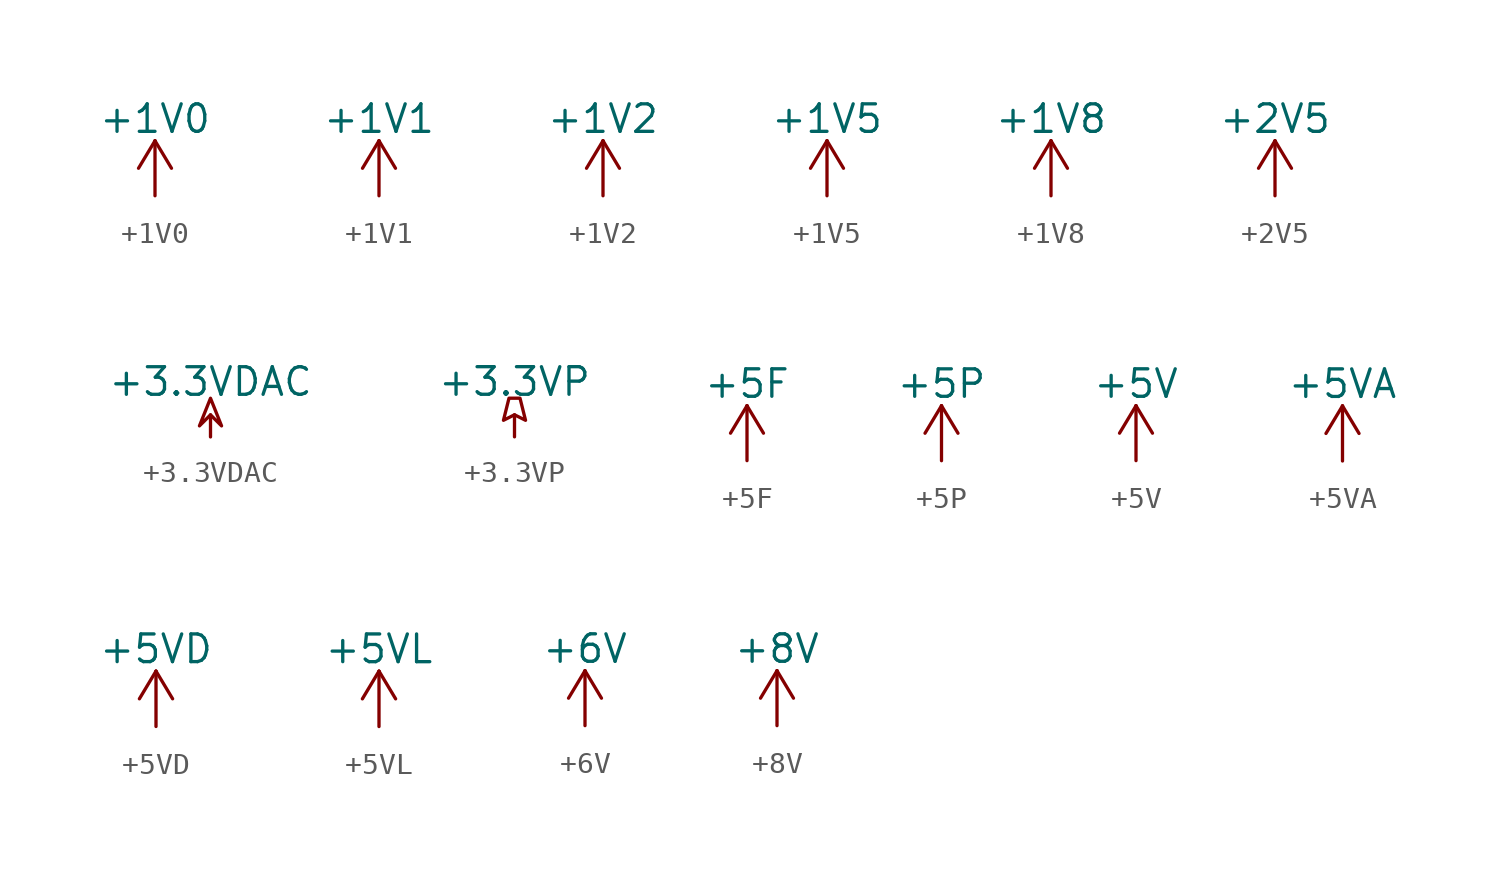
<source format=kicad_sym>
(kicad_symbol_lib
  (version 20211014)
  (generator kicad_symbol_editor)
  (symbol "+1V0"
    (power)
    (pin_names
      (offset 0))
    (property "Reference" "#PWR"
      (at 0 -3.81 0)
      (effects (font (size 1.27 1.27)) hide))
    (property "Value" "+1V0"
      (at 0 3.556 0)
      (effects (font (size 1.27 1.27))))
    (property "Footprint" ""
      (at 0 0 0)
      (effects (font (size 1.27 1.27))))
    (property "Datasheet" ""
      (at 0 0 0)
      (effects (font (size 1.27 1.27))))
    (symbol "+1V0_0_1"
      (polyline (pts (xy -0.762 1.27) (xy 0 2.54)) (stroke (width 0) (type default) (color 0 0 0 0)) (fill (type none)))
      (polyline (pts (xy 0 0) (xy 0 2.54)) (stroke (width 0) (type default) (color 0 0 0 0)) (fill (type none)))
      (polyline (pts (xy 0 2.54) (xy 0.762 1.27)) (stroke (width 0) (type default) (color 0 0 0 0)) (fill (type none))))
    (symbol "+1V0_1_1"
      (pin power_in line (at 0 0 90) (length 0) hide (name "+1V0" (effects (font (size 1.27 1.27)))) (number "1" (effects (font (size 1.27 1.27)))))))
  (symbol "+1V1"
    (power)
    (pin_names
      (offset 0))
    (property "Reference" "#PWR"
      (at 0 -3.81 0)
      (effects (font (size 1.27 1.27)) hide))
    (property "Value" "+1V1"
      (at 0 3.556 0)
      (effects (font (size 1.27 1.27))))
    (property "Footprint" ""
      (at 0 0 0)
      (effects (font (size 1.27 1.27))))
    (property "Datasheet" ""
      (at 0 0 0)
      (effects (font (size 1.27 1.27))))
    (symbol "+1V1_0_1"
      (polyline (pts (xy -0.762 1.27) (xy 0 2.54)) (stroke (width 0) (type default) (color 0 0 0 0)) (fill (type none)))
      (polyline (pts (xy 0 0) (xy 0 2.54)) (stroke (width 0) (type default) (color 0 0 0 0)) (fill (type none)))
      (polyline (pts (xy 0 2.54) (xy 0.762 1.27)) (stroke (width 0) (type default) (color 0 0 0 0)) (fill (type none))))
    (symbol "+1V1_1_1"
      (pin power_in line (at 0 0 90) (length 0) hide (name "+1V1" (effects (font (size 1.27 1.27)))) (number "1" (effects (font (size 1.27 1.27)))))))
  (symbol "+1V2"
    (power)
    (pin_names
      (offset 0))
    (property "Reference" "#PWR"
      (at 0 -3.81 0)
      (effects (font (size 1.27 1.27)) hide))
    (property "Value" "+1V2"
      (at 0 3.556 0)
      (effects (font (size 1.27 1.27))))
    (property "Footprint" ""
      (at 0 0 0)
      (effects (font (size 1.27 1.27))))
    (property "Datasheet" ""
      (at 0 0 0)
      (effects (font (size 1.27 1.27))))
    (symbol "+1V2_0_1"
      (polyline (pts (xy -0.762 1.27) (xy 0 2.54)) (stroke (width 0) (type default) (color 0 0 0 0)) (fill (type none)))
      (polyline (pts (xy 0 0) (xy 0 2.54)) (stroke (width 0) (type default) (color 0 0 0 0)) (fill (type none)))
      (polyline (pts (xy 0 2.54) (xy 0.762 1.27)) (stroke (width 0) (type default) (color 0 0 0 0)) (fill (type none))))
    (symbol "+1V2_1_1"
      (pin power_in line (at 0 0 90) (length 0) hide (name "+1V2" (effects (font (size 1.27 1.27)))) (number "1" (effects (font (size 1.27 1.27)))))))
  (symbol "+1V5"
    (power)
    (pin_names
      (offset 0))
    (property "Reference" "#PWR"
      (at 0 -3.81 0)
      (effects (font (size 1.27 1.27)) hide))
    (property "Value" "+1V5"
      (at 0 3.556 0)
      (effects (font (size 1.27 1.27))))
    (property "Footprint" ""
      (at 0 0 0)
      (effects (font (size 1.27 1.27))))
    (property "Datasheet" ""
      (at 0 0 0)
      (effects (font (size 1.27 1.27))))
    (symbol "+1V5_0_1"
      (polyline (pts (xy -0.762 1.27) (xy 0 2.54)) (stroke (width 0) (type default) (color 0 0 0 0)) (fill (type none)))
      (polyline (pts (xy 0 0) (xy 0 2.54)) (stroke (width 0) (type default) (color 0 0 0 0)) (fill (type none)))
      (polyline (pts (xy 0 2.54) (xy 0.762 1.27)) (stroke (width 0) (type default) (color 0 0 0 0)) (fill (type none))))
    (symbol "+1V5_1_1"
      (pin power_in line (at 0 0 90) (length 0) hide (name "+1V5" (effects (font (size 1.27 1.27)))) (number "1" (effects (font (size 1.27 1.27)))))))
  (symbol "+1V8"
    (power)
    (pin_names
      (offset 0))
    (property "Reference" "#PWR"
      (at 0 -3.81 0)
      (effects (font (size 1.27 1.27)) hide))
    (property "Value" "+1V8"
      (at 0 3.556 0)
      (effects (font (size 1.27 1.27))))
    (property "Footprint" ""
      (at 0 0 0)
      (effects (font (size 1.27 1.27))))
    (property "Datasheet" ""
      (at 0 0 0)
      (effects (font (size 1.27 1.27))))
    (symbol "+1V8_0_1"
      (polyline (pts (xy -0.762 1.27) (xy 0 2.54)) (stroke (width 0) (type default) (color 0 0 0 0)) (fill (type none)))
      (polyline (pts (xy 0 0) (xy 0 2.54)) (stroke (width 0) (type default) (color 0 0 0 0)) (fill (type none)))
      (polyline (pts (xy 0 2.54) (xy 0.762 1.27)) (stroke (width 0) (type default) (color 0 0 0 0)) (fill (type none))))
    (symbol "+1V8_1_1"
      (pin power_in line (at 0 0 90) (length 0) hide (name "+1V8" (effects (font (size 1.27 1.27)))) (number "1" (effects (font (size 1.27 1.27)))))))
  (symbol "+2V5"
    (power)
    (pin_names
      (offset 0))
    (property "Reference" "#PWR"
      (at 0 -3.81 0)
      (effects (font (size 1.27 1.27)) hide))
    (property "Value" "+2V5"
      (at 0 3.556 0)
      (effects (font (size 1.27 1.27))))
    (property "Footprint" ""
      (at 0 0 0)
      (effects (font (size 1.27 1.27))))
    (property "Datasheet" ""
      (at 0 0 0)
      (effects (font (size 1.27 1.27))))
    (symbol "+2V5_0_1"
      (polyline (pts (xy -0.762 1.27) (xy 0 2.54)) (stroke (width 0) (type default) (color 0 0 0 0)) (fill (type none)))
      (polyline (pts (xy 0 0) (xy 0 2.54)) (stroke (width 0) (type default) (color 0 0 0 0)) (fill (type none)))
      (polyline (pts (xy 0 2.54) (xy 0.762 1.27)) (stroke (width 0) (type default) (color 0 0 0 0)) (fill (type none))))
    (symbol "+2V5_1_1"
      (pin power_in line (at 0 0 90) (length 0) hide (name "+2V5" (effects (font (size 1.27 1.27)))) (number "1" (effects (font (size 1.27 1.27)))))))
  (symbol "+3.3VDAC"
    (power)
    (pin_names
      (offset 0))
    (property "Reference" "#PWR"
      (at 3.81 -1.27 0)
      (effects (font (size 1.27 1.27)) hide))
    (property "Value" "+3.3VDAC"
      (at 0 2.54 0)
      (effects (font (size 1.27 1.27))))
    (property "Footprint" ""
      (at 0 0 0)
      (effects (font (size 1.27 1.27))))
    (property "Datasheet" ""
      (at 0 0 0)
      (effects (font (size 1.27 1.27))))
    (symbol "+3.3VDAC_0_0"
      (pin power_in line (at 0 0 90) (length 0) hide (name "+3.3VDAC" (effects (font (size 1.27 1.27)))) (number "1" (effects (font (size 1.27 1.27))))))
    (symbol "+3.3VDAC_0_1"
      (polyline (pts (xy 0 0) (xy 0 1.016) (xy 0 1.016)) (stroke (width 0) (type default) (color 0 0 0 0)) (fill (type none)))
      (polyline (pts (xy 0 1.016) (xy 0.508 0.508) (xy 0 1.778) (xy -0.508 0.508) (xy 0 1.016) (xy 0 1.016)) (stroke (width 0) (type default) (color 0 0 0 0)) (fill (type none)))))
  (symbol "+3.3VP"
    (power)
    (pin_names
      (offset 0))
    (property "Reference" "#PWR"
      (at 3.81 -1.27 0)
      (effects (font (size 1.27 1.27)) hide))
    (property "Value" "+3.3VP"
      (at 0 2.54 0)
      (effects (font (size 1.27 1.27))))
    (property "Footprint" ""
      (at 0 0 0)
      (effects (font (size 1.27 1.27))))
    (property "Datasheet" ""
      (at 0 0 0)
      (effects (font (size 1.27 1.27))))
    (symbol "+3.3VP_0_0"
      (pin power_in line (at 0 0 90) (length 0) hide (name "+3.3VP" (effects (font (size 1.27 1.27)))) (number "1" (effects (font (size 1.27 1.27))))))
    (symbol "+3.3VP_0_1"
      (polyline (pts (xy 0 0) (xy 0 1.016) (xy 0 1.016)) (stroke (width 0) (type default) (color 0 0 0 0)) (fill (type none)))
      (polyline (pts (xy 0.508 0.762) (xy 0 1.016) (xy -0.508 0.762) (xy -0.254 1.778) (xy 0.254 1.778) (xy 0.508 0.762) (xy 0.508 0.762)) (stroke (width 0) (type default) (color 0 0 0 0)) (fill (type none)))))
  (symbol "+5F"
    (power)
    (pin_names
      (offset 0))
    (property "Reference" "#PWR"
      (at 0 -3.81 0)
      (effects (font (size 1.27 1.27)) hide))
    (property "Value" "+5F"
      (at 0 3.556 0)
      (effects (font (size 1.27 1.27))))
    (property "Footprint" ""
      (at 0 0 0)
      (effects (font (size 1.27 1.27))))
    (property "Datasheet" ""
      (at 0 0 0)
      (effects (font (size 1.27 1.27))))
    (symbol "+5F_0_1"
      (polyline (pts (xy -0.762 1.27) (xy 0 2.54)) (stroke (width 0) (type default) (color 0 0 0 0)) (fill (type none)))
      (polyline (pts (xy 0 0) (xy 0 2.54)) (stroke (width 0) (type default) (color 0 0 0 0)) (fill (type none)))
      (polyline (pts (xy 0 2.54) (xy 0.762 1.27)) (stroke (width 0) (type default) (color 0 0 0 0)) (fill (type none))))
    (symbol "+5F_1_1"
      (pin power_in line (at 0 0 90) (length 0) hide (name "+5F" (effects (font (size 1.27 1.27)))) (number "1" (effects (font (size 1.27 1.27)))))))
  (symbol "+5P"
    (power)
    (pin_names
      (offset 0))
    (property "Reference" "#PWR"
      (at 0 -3.81 0)
      (effects (font (size 1.27 1.27)) hide))
    (property "Value" "+5P"
      (at 0 3.556 0)
      (effects (font (size 1.27 1.27))))
    (property "Footprint" ""
      (at 0 0 0)
      (effects (font (size 1.27 1.27))))
    (property "Datasheet" ""
      (at 0 0 0)
      (effects (font (size 1.27 1.27))))
    (symbol "+5P_0_1"
      (polyline (pts (xy -0.762 1.27) (xy 0 2.54)) (stroke (width 0) (type default) (color 0 0 0 0)) (fill (type none)))
      (polyline (pts (xy 0 0) (xy 0 2.54)) (stroke (width 0) (type default) (color 0 0 0 0)) (fill (type none)))
      (polyline (pts (xy 0 2.54) (xy 0.762 1.27)) (stroke (width 0) (type default) (color 0 0 0 0)) (fill (type none))))
    (symbol "+5P_1_1"
      (pin power_in line (at 0 0 90) (length 0) hide (name "+5P" (effects (font (size 1.27 1.27)))) (number "1" (effects (font (size 1.27 1.27)))))))
  (symbol "+5V"
    (power)
    (pin_names
      (offset 0))
    (property "Reference" "#PWR"
      (at 0 -3.81 0)
      (effects (font (size 1.27 1.27)) hide))
    (property "Value" "+5V"
      (at 0 3.556 0)
      (effects (font (size 1.27 1.27))))
    (property "Footprint" ""
      (at 0 0 0)
      (effects (font (size 1.27 1.27))))
    (property "Datasheet" ""
      (at 0 0 0)
      (effects (font (size 1.27 1.27))))
    (symbol "+5V_0_1"
      (polyline (pts (xy -0.762 1.27) (xy 0 2.54)) (stroke (width 0) (type default) (color 0 0 0 0)) (fill (type none)))
      (polyline (pts (xy 0 0) (xy 0 2.54)) (stroke (width 0) (type default) (color 0 0 0 0)) (fill (type none)))
      (polyline (pts (xy 0 2.54) (xy 0.762 1.27)) (stroke (width 0) (type default) (color 0 0 0 0)) (fill (type none))))
    (symbol "+5V_1_1"
      (pin power_in line (at 0 0 90) (length 0) hide (name "+5V" (effects (font (size 1.27 1.27)))) (number "1" (effects (font (size 1.27 1.27)))))))
  (symbol "+5VA"
    (power)
    (pin_names
      (offset 0))
    (property "Reference" "#PWR"
      (at 0 -3.81 0)
      (effects (font (size 1.27 1.27)) hide))
    (property "Value" "+5VA"
      (at 0 3.556 0)
      (effects (font (size 1.27 1.27))))
    (property "Footprint" ""
      (at 0 0 0)
      (effects (font (size 1.27 1.27))))
    (property "Datasheet" ""
      (at 0 0 0)
      (effects (font (size 1.27 1.27))))
    (symbol "+5VA_0_1"
      (polyline (pts (xy -0.762 1.27) (xy 0 2.54)) (stroke (width 0) (type default) (color 0 0 0 0)) (fill (type none)))
      (polyline (pts (xy 0 0) (xy 0 2.54)) (stroke (width 0) (type default) (color 0 0 0 0)) (fill (type none)))
      (polyline (pts (xy 0 2.54) (xy 0.762 1.27)) (stroke (width 0) (type default) (color 0 0 0 0)) (fill (type none))))
    (symbol "+5VA_1_1"
      (pin power_in line (at 0 0 90) (length 0) hide (name "+5VA" (effects (font (size 1.27 1.27)))) (number "1" (effects (font (size 1.27 1.27)))))))
  (symbol "+5VD"
    (power)
    (pin_names
      (offset 0))
    (property "Reference" "#PWR"
      (at 0 -3.81 0)
      (effects (font (size 1.27 1.27)) hide))
    (property "Value" "+5VD"
      (at 0 3.556 0)
      (effects (font (size 1.27 1.27))))
    (property "Footprint" ""
      (at 0 0 0)
      (effects (font (size 1.27 1.27))))
    (property "Datasheet" ""
      (at 0 0 0)
      (effects (font (size 1.27 1.27))))
    (symbol "+5VD_0_1"
      (polyline (pts (xy -0.762 1.27) (xy 0 2.54)) (stroke (width 0) (type default) (color 0 0 0 0)) (fill (type none)))
      (polyline (pts (xy 0 0) (xy 0 2.54)) (stroke (width 0) (type default) (color 0 0 0 0)) (fill (type none)))
      (polyline (pts (xy 0 2.54) (xy 0.762 1.27)) (stroke (width 0) (type default) (color 0 0 0 0)) (fill (type none))))
    (symbol "+5VD_1_1"
      (pin power_in line (at 0 0 90) (length 0) hide (name "+5VD" (effects (font (size 1.27 1.27)))) (number "1" (effects (font (size 1.27 1.27)))))))
  (symbol "+5VL"
    (power)
    (pin_names
      (offset 0))
    (property "Reference" "#PWR"
      (at 0 -3.81 0)
      (effects (font (size 1.27 1.27)) hide))
    (property "Value" "+5VL"
      (at 0 3.556 0)
      (effects (font (size 1.27 1.27))))
    (property "Footprint" ""
      (at 0 0 0)
      (effects (font (size 1.27 1.27))))
    (property "Datasheet" ""
      (at 0 0 0)
      (effects (font (size 1.27 1.27))))
    (symbol "+5VL_0_1"
      (polyline (pts (xy -0.762 1.27) (xy 0 2.54)) (stroke (width 0) (type default) (color 0 0 0 0)) (fill (type none)))
      (polyline (pts (xy 0 0) (xy 0 2.54)) (stroke (width 0) (type default) (color 0 0 0 0)) (fill (type none)))
      (polyline (pts (xy 0 2.54) (xy 0.762 1.27)) (stroke (width 0) (type default) (color 0 0 0 0)) (fill (type none))))
    (symbol "+5VL_1_1"
      (pin power_in line (at 0 0 90) (length 0) hide (name "+5VL" (effects (font (size 1.27 1.27)))) (number "1" (effects (font (size 1.27 1.27)))))))
  (symbol "+6V"
    (power)
    (pin_names
      (offset 0))
    (property "Reference" "#PWR"
      (at 0 -3.81 0)
      (effects (font (size 1.27 1.27)) hide))
    (property "Value" "+6V"
      (at 0 3.556 0)
      (effects (font (size 1.27 1.27))))
    (property "Footprint" ""
      (at 0 0 0)
      (effects (font (size 1.27 1.27))))
    (property "Datasheet" ""
      (at 0 0 0)
      (effects (font (size 1.27 1.27))))
    (symbol "+6V_0_1"
      (polyline (pts (xy -0.762 1.27) (xy 0 2.54)) (stroke (width 0) (type default) (color 0 0 0 0)) (fill (type none)))
      (polyline (pts (xy 0 0) (xy 0 2.54)) (stroke (width 0) (type default) (color 0 0 0 0)) (fill (type none)))
      (polyline (pts (xy 0 2.54) (xy 0.762 1.27)) (stroke (width 0) (type default) (color 0 0 0 0)) (fill (type none))))
    (symbol "+6V_1_1"
      (pin power_in line (at 0 0 90) (length 0) hide (name "+6V" (effects (font (size 1.27 1.27)))) (number "1" (effects (font (size 1.27 1.27)))))))
  (symbol "+8V"
    (power)
    (pin_names
      (offset 0))
    (property "Reference" "#PWR"
      (at 0 -3.81 0)
      (effects (font (size 1.27 1.27)) hide))
    (property "Value" "+8V"
      (at 0 3.556 0)
      (effects (font (size 1.27 1.27))))
    (property "Footprint" ""
      (at 0 0 0)
      (effects (font (size 1.27 1.27))))
    (property "Datasheet" ""
      (at 0 0 0)
      (effects (font (size 1.27 1.27))))
    (symbol "+8V_0_1"
      (polyline (pts (xy -0.762 1.27) (xy 0 2.54)) (stroke (width 0) (type default) (color 0 0 0 0)) (fill (type none)))
      (polyline (pts (xy 0 0) (xy 0 2.54)) (stroke (width 0) (type default) (color 0 0 0 0)) (fill (type none)))
      (polyline (pts (xy 0 2.54) (xy 0.762 1.27)) (stroke (width 0) (type default) (color 0 0 0 0)) (fill (type none))))
    (symbol "+8V_1_1"
      (pin power_in line (at 0 0 90) (length 0) hide (name "+8V" (effects (font (size 1.27 1.27)))) (number "1" (effects (font (size 1.27 1.27))))))))
</source>
